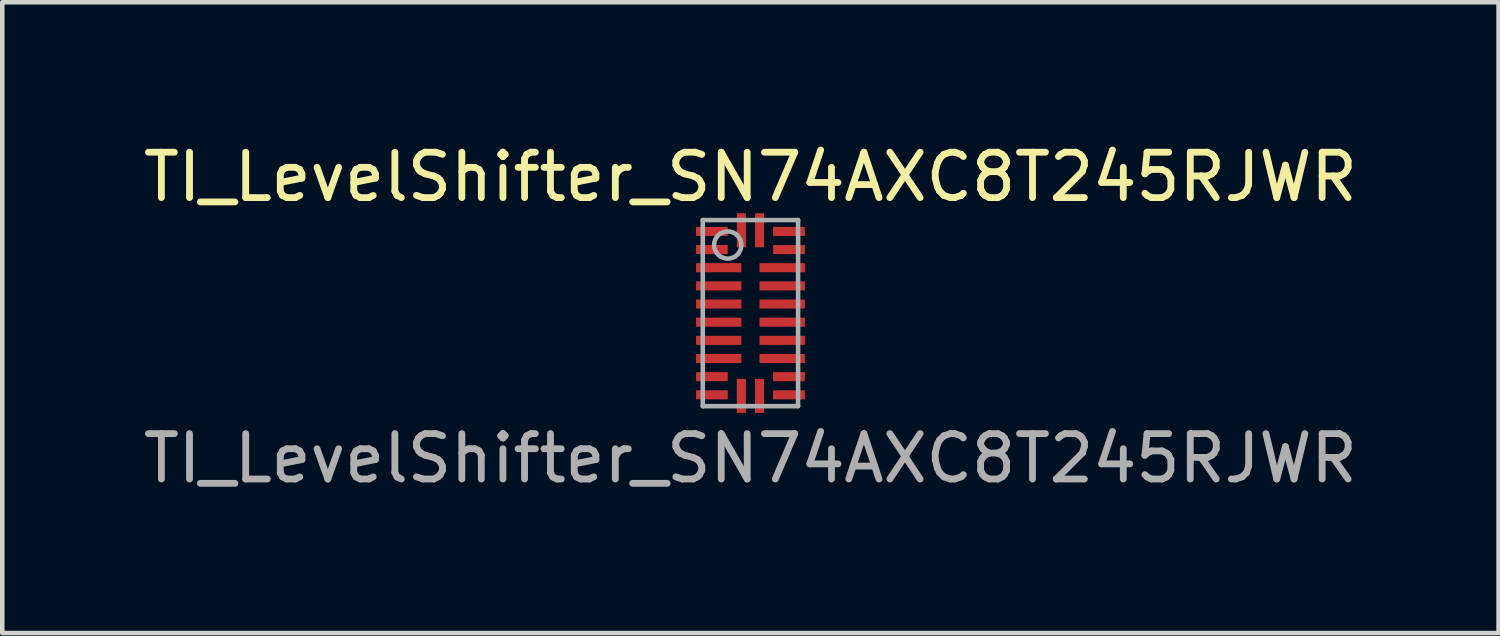
<source format=kicad_pcb>
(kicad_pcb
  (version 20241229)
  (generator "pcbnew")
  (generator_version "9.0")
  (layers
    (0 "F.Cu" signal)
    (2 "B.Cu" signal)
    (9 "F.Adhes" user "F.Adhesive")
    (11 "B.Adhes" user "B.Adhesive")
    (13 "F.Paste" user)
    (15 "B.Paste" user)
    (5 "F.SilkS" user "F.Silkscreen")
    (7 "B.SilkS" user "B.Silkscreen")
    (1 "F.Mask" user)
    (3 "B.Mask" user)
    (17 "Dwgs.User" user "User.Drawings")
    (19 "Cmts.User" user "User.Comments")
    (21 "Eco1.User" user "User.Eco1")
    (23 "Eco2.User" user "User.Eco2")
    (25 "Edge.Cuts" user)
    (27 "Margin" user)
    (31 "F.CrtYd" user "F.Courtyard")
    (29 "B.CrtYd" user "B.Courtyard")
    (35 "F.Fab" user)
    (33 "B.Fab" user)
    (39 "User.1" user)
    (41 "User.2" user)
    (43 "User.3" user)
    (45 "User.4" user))
  (footprint "TI_LevelShifter_SN74AXC8T245RJWR"
    (layer "F.Cu")
    (at 13.482 3.848)
    (property "Reference" "TI_LevelShifter_SN74AXC8T245RJWR" (at 0 -3 0) (unlocked yes) (layer "F.SilkS") (effects (font (size 1 1) (thickness 0.15))))
    (attr smd)
    (fp_poly (pts (xy -1.2 -0.95) (xy -1.2 -1.05) (xy -1.199 -1.06) (xy -1.196 -1.069) (xy -1.192 -1.078) (xy -1.185 -1.085) (xy -1.178 -1.092) (xy -1.169 -1.096) (xy -1.16 -1.099) (xy -1.15 -1.1) (xy -0.3 -1.1) (xy -0.29 -1.099) (xy -0.281 -1.096) (xy -0.272 -1.092) (xy -0.265 -1.085) (xy -0.258 -1.078) (xy -0.254 -1.069) (xy -0.251 -1.06) (xy -0.25 -1.05) (xy -0.25 -0.95) (xy -0.251 -0.94) (xy -0.254 -0.931) (xy -0.258 -0.922) (xy -0.265 -0.915) (xy -0.272 -0.908) (xy -0.281 -0.904) (xy -0.29 -0.901) (xy -0.3 -0.9) (xy -1.15 -0.9) (xy -1.16 -0.901) (xy -1.169 -0.904) (xy -1.178 -0.908) (xy -1.185 -0.915) (xy -1.192 -0.922) (xy -1.196 -0.931) (xy -1.199 -0.94)) (stroke (width 0) (type solid)) (fill yes) (layer "F.Paste"))
    (fp_poly (pts (xy -1.2 -0.55) (xy -1.2 -0.65) (xy -1.199 -0.66) (xy -1.196 -0.669) (xy -1.192 -0.678) (xy -1.185 -0.685) (xy -1.178 -0.692) (xy -1.169 -0.696) (xy -1.16 -0.699) (xy -1.15 -0.7) (xy -0.3 -0.7) (xy -0.29 -0.699) (xy -0.281 -0.696) (xy -0.272 -0.692) (xy -0.265 -0.685) (xy -0.258 -0.678) (xy -0.254 -0.669) (xy -0.251 -0.66) (xy -0.25 -0.65) (xy -0.25 -0.55) (xy -0.251 -0.54) (xy -0.254 -0.531) (xy -0.258 -0.522) (xy -0.265 -0.515) (xy -0.272 -0.508) (xy -0.281 -0.504) (xy -0.29 -0.501) (xy -0.3 -0.5) (xy -1.15 -0.5) (xy -1.16 -0.501) (xy -1.169 -0.504) (xy -1.178 -0.508) (xy -1.185 -0.515) (xy -1.192 -0.522) (xy -1.196 -0.531) (xy -1.199 -0.54)) (stroke (width 0) (type solid)) (fill yes) (layer "F.Paste"))
    (fp_poly (pts (xy -1.2 -0.15) (xy -1.2 -0.25) (xy -1.199 -0.26) (xy -1.196 -0.269) (xy -1.192 -0.278) (xy -1.185 -0.285) (xy -1.178 -0.292) (xy -1.169 -0.296) (xy -1.16 -0.299) (xy -1.15 -0.3) (xy -0.3 -0.3) (xy -0.29 -0.299) (xy -0.281 -0.296) (xy -0.272 -0.292) (xy -0.265 -0.285) (xy -0.258 -0.278) (xy -0.254 -0.269) (xy -0.251 -0.26) (xy -0.25 -0.25) (xy -0.25 -0.15) (xy -0.251 -0.14) (xy -0.254 -0.131) (xy -0.258 -0.122) (xy -0.265 -0.115) (xy -0.272 -0.108) (xy -0.281 -0.104) (xy -0.29 -0.101) (xy -0.3 -0.1) (xy -1.15 -0.1) (xy -1.16 -0.101) (xy -1.169 -0.104) (xy -1.178 -0.108) (xy -1.185 -0.115) (xy -1.192 -0.122) (xy -1.196 -0.131) (xy -1.199 -0.14)) (stroke (width 0) (type solid)) (fill yes) (layer "F.Paste"))
    (fp_poly (pts (xy -1.2 0.25) (xy -1.2 0.15) (xy -1.199 0.14) (xy -1.196 0.131) (xy -1.192 0.122) (xy -1.185 0.115) (xy -1.178 0.108) (xy -1.169 0.104) (xy -1.16 0.101) (xy -1.15 0.1) (xy -0.3 0.1) (xy -0.29 0.101) (xy -0.281 0.104) (xy -0.272 0.108) (xy -0.265 0.115) (xy -0.258 0.122) (xy -0.254 0.131) (xy -0.251 0.14) (xy -0.25 0.15) (xy -0.25 0.25) (xy -0.251 0.26) (xy -0.254 0.269) (xy -0.258 0.278) (xy -0.265 0.285) (xy -0.272 0.292) (xy -0.281 0.296) (xy -0.29 0.299) (xy -0.3 0.3) (xy -1.15 0.3) (xy -1.16 0.299) (xy -1.169 0.296) (xy -1.178 0.292) (xy -1.185 0.285) (xy -1.192 0.278) (xy -1.196 0.269) (xy -1.199 0.26)) (stroke (width 0) (type solid)) (fill yes) (layer "F.Paste"))
    (fp_poly (pts (xy -1.2 0.65) (xy -1.2 0.55) (xy -1.199 0.54) (xy -1.196 0.531) (xy -1.192 0.522) (xy -1.185 0.515) (xy -1.178 0.508) (xy -1.169 0.504) (xy -1.16 0.501) (xy -1.15 0.5) (xy -0.3 0.5) (xy -0.29 0.501) (xy -0.281 0.504) (xy -0.272 0.508) (xy -0.265 0.515) (xy -0.258 0.522) (xy -0.254 0.531) (xy -0.251 0.54) (xy -0.25 0.55) (xy -0.25 0.65) (xy -0.251 0.66) (xy -0.254 0.669) (xy -0.258 0.678) (xy -0.265 0.685) (xy -0.272 0.692) (xy -0.281 0.696) (xy -0.29 0.699) (xy -0.3 0.7) (xy -1.15 0.7) (xy -1.16 0.699) (xy -1.169 0.696) (xy -1.178 0.692) (xy -1.185 0.685) (xy -1.192 0.678) (xy -1.196 0.669) (xy -1.199 0.66)) (stroke (width 0) (type solid)) (fill yes) (layer "F.Paste"))
    (fp_poly (pts (xy -1.2 1.05) (xy -1.2 0.95) (xy -1.199 0.94) (xy -1.196 0.931) (xy -1.192 0.922) (xy -1.185 0.915) (xy -1.178 0.908) (xy -1.169 0.904) (xy -1.16 0.901) (xy -1.15 0.9) (xy -0.3 0.9) (xy -0.29 0.901) (xy -0.281 0.904) (xy -0.272 0.908) (xy -0.265 0.915) (xy -0.258 0.922) (xy -0.254 0.931) (xy -0.251 0.94) (xy -0.25 0.95) (xy -0.25 1.05) (xy -0.251 1.06) (xy -0.254 1.069) (xy -0.258 1.078) (xy -0.265 1.085) (xy -0.272 1.092) (xy -0.281 1.096) (xy -0.29 1.099) (xy -0.3 1.1) (xy -1.15 1.1) (xy -1.16 1.099) (xy -1.169 1.096) (xy -1.178 1.092) (xy -1.185 1.085) (xy -1.192 1.078) (xy -1.196 1.069) (xy -1.199 1.06)) (stroke (width 0) (type solid)) (fill yes) (layer "F.Paste"))
    (fp_poly (pts (xy -1.2 -1.75) (xy -1.2 -1.85) (xy -1.199 -1.86) (xy -1.196 -1.869) (xy -1.192 -1.878) (xy -1.185 -1.885) (xy -1.178 -1.892) (xy -1.169 -1.896) (xy -1.16 -1.899) (xy -1.15 -1.9) (xy -0.6 -1.9) (xy -0.59 -1.899) (xy -0.581 -1.896) (xy -0.572 -1.892) (xy -0.565 -1.885) (xy -0.558 -1.878) (xy -0.554 -1.869) (xy -0.551 -1.86) (xy -0.55 -1.85) (xy -0.55 -1.75) (xy -0.551 -1.74) (xy -0.554 -1.731) (xy -0.558 -1.722) (xy -0.565 -1.715) (xy -0.572 -1.708) (xy -0.581 -1.704) (xy -0.59 -1.701) (xy -0.6 -1.7) (xy -1.15 -1.7) (xy -1.16 -1.701) (xy -1.169 -1.704) (xy -1.178 -1.708) (xy -1.185 -1.715) (xy -1.192 -1.722) (xy -1.196 -1.731) (xy -1.199 -1.74)) (stroke (width 0) (type solid)) (fill yes) (layer "F.Paste"))
    (fp_poly (pts (xy -1.2 -1.35) (xy -1.2 -1.45) (xy -1.199 -1.46) (xy -1.196 -1.469) (xy -1.192 -1.478) (xy -1.185 -1.485) (xy -1.178 -1.492) (xy -1.169 -1.496) (xy -1.16 -1.499) (xy -1.15 -1.5) (xy -0.6 -1.5) (xy -0.59 -1.499) (xy -0.581 -1.496) (xy -0.572 -1.492) (xy -0.565 -1.485) (xy -0.558 -1.478) (xy -0.554 -1.469) (xy -0.551 -1.46) (xy -0.55 -1.45) (xy -0.55 -1.35) (xy -0.551 -1.34) (xy -0.554 -1.331) (xy -0.558 -1.322) (xy -0.565 -1.315) (xy -0.572 -1.308) (xy -0.581 -1.304) (xy -0.59 -1.301) (xy -0.6 -1.3) (xy -1.15 -1.3) (xy -1.16 -1.301) (xy -1.169 -1.304) (xy -1.178 -1.308) (xy -1.185 -1.315) (xy -1.192 -1.322) (xy -1.196 -1.331) (xy -1.199 -1.34)) (stroke (width 0) (type solid)) (fill yes) (layer "F.Paste"))
    (fp_poly (pts (xy -1.2 1.45) (xy -1.2 1.35) (xy -1.199 1.34) (xy -1.196 1.331) (xy -1.192 1.322) (xy -1.185 1.315) (xy -1.178 1.308) (xy -1.169 1.304) (xy -1.16 1.301) (xy -1.15 1.3) (xy -0.6 1.3) (xy -0.59 1.301) (xy -0.581 1.304) (xy -0.572 1.308) (xy -0.565 1.315) (xy -0.558 1.322) (xy -0.554 1.331) (xy -0.551 1.34) (xy -0.55 1.35) (xy -0.55 1.45) (xy -0.551 1.46) (xy -0.554 1.469) (xy -0.558 1.478) (xy -0.565 1.485) (xy -0.572 1.492) (xy -0.581 1.496) (xy -0.59 1.499) (xy -0.6 1.5) (xy -1.15 1.5) (xy -1.16 1.499) (xy -1.169 1.496) (xy -1.178 1.492) (xy -1.185 1.485) (xy -1.192 1.478) (xy -1.196 1.469) (xy -1.199 1.46)) (stroke (width 0) (type solid)) (fill yes) (layer "F.Paste"))
    (fp_poly (pts (xy -1.2 1.85) (xy -1.2 1.75) (xy -1.199 1.74) (xy -1.196 1.731) (xy -1.192 1.722) (xy -1.185 1.715) (xy -1.178 1.708) (xy -1.169 1.704) (xy -1.16 1.701) (xy -1.15 1.7) (xy -0.6 1.7) (xy -0.59 1.701) (xy -0.581 1.704) (xy -0.572 1.708) (xy -0.565 1.715) (xy -0.558 1.722) (xy -0.554 1.731) (xy -0.551 1.74) (xy -0.55 1.75) (xy -0.55 1.85) (xy -0.551 1.86) (xy -0.554 1.869) (xy -0.558 1.878) (xy -0.565 1.885) (xy -0.572 1.892) (xy -0.581 1.896) (xy -0.59 1.899) (xy -0.6 1.9) (xy -1.15 1.9) (xy -1.16 1.899) (xy -1.169 1.896) (xy -1.178 1.892) (xy -1.185 1.885) (xy -1.192 1.878) (xy -1.196 1.869) (xy -1.199 1.86)) (stroke (width 0) (type solid)) (fill yes) (layer "F.Paste"))
    (fp_poly (pts (xy -0.25 1.5) (xy -0.15 1.5) (xy -0.14 1.501) (xy -0.131 1.504) (xy -0.122 1.508) (xy -0.115 1.515) (xy -0.108 1.522) (xy -0.104 1.531) (xy -0.101 1.54) (xy -0.1 1.55) (xy -0.1 2.15) (xy -0.101 2.16) (xy -0.104 2.169) (xy -0.108 2.178) (xy -0.115 2.185) (xy -0.122 2.192) (xy -0.131 2.196) (xy -0.14 2.199) (xy -0.15 2.2) (xy -0.25 2.2) (xy -0.26 2.199) (xy -0.269 2.196) (xy -0.278 2.192) (xy -0.285 2.185) (xy -0.292 2.178) (xy -0.296 2.169) (xy -0.299 2.16) (xy -0.3 2.15) (xy -0.3 1.55) (xy -0.299 1.54) (xy -0.296 1.531) (xy -0.292 1.522) (xy -0.285 1.515) (xy -0.278 1.508) (xy -0.269 1.504) (xy -0.26 1.501)) (stroke (width 0) (type solid)) (fill yes) (layer "F.Paste"))
    (fp_poly (pts (xy -0.15 -1.5) (xy -0.25 -1.5) (xy -0.26 -1.501) (xy -0.269 -1.504) (xy -0.278 -1.508) (xy -0.285 -1.515) (xy -0.292 -1.522) (xy -0.296 -1.531) (xy -0.299 -1.54) (xy -0.3 -1.55) (xy -0.3 -2.15) (xy -0.299 -2.16) (xy -0.296 -2.169) (xy -0.292 -2.178) (xy -0.285 -2.185) (xy -0.278 -2.192) (xy -0.269 -2.196) (xy -0.26 -2.199) (xy -0.25 -2.2) (xy -0.15 -2.2) (xy -0.14 -2.199) (xy -0.131 -2.196) (xy -0.122 -2.192) (xy -0.115 -2.185) (xy -0.108 -2.178) (xy -0.104 -2.169) (xy -0.101 -2.16) (xy -0.1 -2.15) (xy -0.1 -1.55) (xy -0.101 -1.54) (xy -0.104 -1.531) (xy -0.108 -1.522) (xy -0.115 -1.515) (xy -0.122 -1.508) (xy -0.131 -1.504) (xy -0.14 -1.501)) (stroke (width 0) (type solid)) (fill yes) (layer "F.Paste"))
    (fp_poly (pts (xy 0.15 1.5) (xy 0.25 1.5) (xy 0.26 1.501) (xy 0.269 1.504) (xy 0.278 1.508) (xy 0.285 1.515) (xy 0.292 1.522) (xy 0.296 1.531) (xy 0.299 1.54) (xy 0.3 1.55) (xy 0.3 2.15) (xy 0.299 2.16) (xy 0.296 2.169) (xy 0.292 2.178) (xy 0.285 2.185) (xy 0.278 2.192) (xy 0.269 2.196) (xy 0.26 2.199) (xy 0.25 2.2) (xy 0.15 2.2) (xy 0.14 2.199) (xy 0.131 2.196) (xy 0.122 2.192) (xy 0.115 2.185) (xy 0.108 2.178) (xy 0.104 2.169) (xy 0.101 2.16) (xy 0.1 2.15) (xy 0.1 1.55) (xy 0.101 1.54) (xy 0.104 1.531) (xy 0.108 1.522) (xy 0.115 1.515) (xy 0.122 1.508) (xy 0.131 1.504) (xy 0.14 1.501)) (stroke (width 0) (type solid)) (fill yes) (layer "F.Paste"))
    (fp_poly (pts (xy 0.25 -1.5) (xy 0.15 -1.5) (xy 0.14 -1.501) (xy 0.131 -1.504) (xy 0.122 -1.508) (xy 0.115 -1.515) (xy 0.108 -1.522) (xy 0.104 -1.531) (xy 0.101 -1.54) (xy 0.1 -1.55) (xy 0.1 -2.15) (xy 0.101 -2.16) (xy 0.104 -2.169) (xy 0.108 -2.178) (xy 0.115 -2.185) (xy 0.122 -2.192) (xy 0.131 -2.196) (xy 0.14 -2.199) (xy 0.15 -2.2) (xy 0.25 -2.2) (xy 0.26 -2.199) (xy 0.269 -2.196) (xy 0.278 -2.192) (xy 0.285 -2.185) (xy 0.292 -2.178) (xy 0.296 -2.169) (xy 0.299 -2.16) (xy 0.3 -2.15) (xy 0.3 -1.55) (xy 0.299 -1.54) (xy 0.296 -1.531) (xy 0.292 -1.522) (xy 0.285 -1.515) (xy 0.278 -1.508) (xy 0.269 -1.504) (xy 0.26 -1.501)) (stroke (width 0) (type solid)) (fill yes) (layer "F.Paste"))
    (fp_poly (pts (xy 1.2 -1.85) (xy 1.2 -1.75) (xy 1.199 -1.74) (xy 1.196 -1.731) (xy 1.192 -1.722) (xy 1.185 -1.715) (xy 1.178 -1.708) (xy 1.169 -1.704) (xy 1.16 -1.701) (xy 1.15 -1.7) (xy 0.6 -1.7) (xy 0.59 -1.701) (xy 0.581 -1.704) (xy 0.572 -1.708) (xy 0.565 -1.715) (xy 0.558 -1.722) (xy 0.554 -1.731) (xy 0.551 -1.74) (xy 0.55 -1.75) (xy 0.55 -1.85) (xy 0.551 -1.86) (xy 0.554 -1.869) (xy 0.558 -1.878) (xy 0.565 -1.885) (xy 0.572 -1.892) (xy 0.581 -1.896) (xy 0.59 -1.899) (xy 0.6 -1.9) (xy 1.15 -1.9) (xy 1.16 -1.899) (xy 1.169 -1.896) (xy 1.178 -1.892) (xy 1.185 -1.885) (xy 1.192 -1.878) (xy 1.196 -1.869) (xy 1.199 -1.86)) (stroke (width 0) (type solid)) (fill yes) (layer "F.Paste"))
    (fp_poly (pts (xy 1.2 -1.45) (xy 1.2 -1.35) (xy 1.199 -1.34) (xy 1.196 -1.331) (xy 1.192 -1.322) (xy 1.185 -1.315) (xy 1.178 -1.308) (xy 1.169 -1.304) (xy 1.16 -1.301) (xy 1.15 -1.3) (xy 0.6 -1.3) (xy 0.59 -1.301) (xy 0.581 -1.304) (xy 0.572 -1.308) (xy 0.565 -1.315) (xy 0.558 -1.322) (xy 0.554 -1.331) (xy 0.551 -1.34) (xy 0.55 -1.35) (xy 0.55 -1.45) (xy 0.551 -1.46) (xy 0.554 -1.469) (xy 0.558 -1.478) (xy 0.565 -1.485) (xy 0.572 -1.492) (xy 0.581 -1.496) (xy 0.59 -1.499) (xy 0.6 -1.5) (xy 1.15 -1.5) (xy 1.16 -1.499) (xy 1.169 -1.496) (xy 1.178 -1.492) (xy 1.185 -1.485) (xy 1.192 -1.478) (xy 1.196 -1.469) (xy 1.199 -1.46)) (stroke (width 0) (type solid)) (fill yes) (layer "F.Paste"))
    (fp_poly (pts (xy 1.2 1.35) (xy 1.2 1.45) (xy 1.199 1.46) (xy 1.196 1.469) (xy 1.192 1.478) (xy 1.185 1.485) (xy 1.178 1.492) (xy 1.169 1.496) (xy 1.16 1.499) (xy 1.15 1.5) (xy 0.6 1.5) (xy 0.59 1.499) (xy 0.581 1.496) (xy 0.572 1.492) (xy 0.565 1.485) (xy 0.558 1.478) (xy 0.554 1.469) (xy 0.551 1.46) (xy 0.55 1.45) (xy 0.55 1.35) (xy 0.551 1.34) (xy 0.554 1.331) (xy 0.558 1.322) (xy 0.565 1.315) (xy 0.572 1.308) (xy 0.581 1.304) (xy 0.59 1.301) (xy 0.6 1.3) (xy 1.15 1.3) (xy 1.16 1.301) (xy 1.169 1.304) (xy 1.178 1.308) (xy 1.185 1.315) (xy 1.192 1.322) (xy 1.196 1.331) (xy 1.199 1.34)) (stroke (width 0) (type solid)) (fill yes) (layer "F.Paste"))
    (fp_poly (pts (xy 1.2 1.75) (xy 1.2 1.85) (xy 1.199 1.86) (xy 1.196 1.869) (xy 1.192 1.878) (xy 1.185 1.885) (xy 1.178 1.892) (xy 1.169 1.896) (xy 1.16 1.899) (xy 1.15 1.9) (xy 0.6 1.9) (xy 0.59 1.899) (xy 0.581 1.896) (xy 0.572 1.892) (xy 0.565 1.885) (xy 0.558 1.878) (xy 0.554 1.869) (xy 0.551 1.86) (xy 0.55 1.85) (xy 0.55 1.75) (xy 0.551 1.74) (xy 0.554 1.731) (xy 0.558 1.722) (xy 0.565 1.715) (xy 0.572 1.708) (xy 0.581 1.704) (xy 0.59 1.701) (xy 0.6 1.7) (xy 1.15 1.7) (xy 1.16 1.701) (xy 1.169 1.704) (xy 1.178 1.708) (xy 1.185 1.715) (xy 1.192 1.722) (xy 1.196 1.731) (xy 1.199 1.74)) (stroke (width 0) (type solid)) (fill yes) (layer "F.Paste"))
    (fp_poly (pts (xy 1.2 -1.05) (xy 1.2 -0.95) (xy 1.199 -0.94) (xy 1.196 -0.931) (xy 1.192 -0.922) (xy 1.185 -0.915) (xy 1.178 -0.908) (xy 1.169 -0.904) (xy 1.16 -0.901) (xy 1.15 -0.9) (xy 0.3 -0.9) (xy 0.29 -0.901) (xy 0.281 -0.904) (xy 0.272 -0.908) (xy 0.265 -0.915) (xy 0.258 -0.922) (xy 0.254 -0.931) (xy 0.251 -0.94) (xy 0.25 -0.95) (xy 0.25 -1.05) (xy 0.251 -1.06) (xy 0.254 -1.069) (xy 0.258 -1.078) (xy 0.265 -1.085) (xy 0.272 -1.092) (xy 0.281 -1.096) (xy 0.29 -1.099) (xy 0.3 -1.1) (xy 1.15 -1.1) (xy 1.16 -1.099) (xy 1.169 -1.096) (xy 1.178 -1.092) (xy 1.185 -1.085) (xy 1.192 -1.078) (xy 1.196 -1.069) (xy 1.199 -1.06)) (stroke (width 0) (type solid)) (fill yes) (layer "F.Paste"))
    (fp_poly (pts (xy 1.2 -0.65) (xy 1.2 -0.55) (xy 1.199 -0.54) (xy 1.196 -0.531) (xy 1.192 -0.522) (xy 1.185 -0.515) (xy 1.178 -0.508) (xy 1.169 -0.504) (xy 1.16 -0.501) (xy 1.15 -0.5) (xy 0.3 -0.5) (xy 0.29 -0.501) (xy 0.281 -0.504) (xy 0.272 -0.508) (xy 0.265 -0.515) (xy 0.258 -0.522) (xy 0.254 -0.531) (xy 0.251 -0.54) (xy 0.25 -0.55) (xy 0.25 -0.65) (xy 0.251 -0.66) (xy 0.254 -0.669) (xy 0.258 -0.678) (xy 0.265 -0.685) (xy 0.272 -0.692) (xy 0.281 -0.696) (xy 0.29 -0.699) (xy 0.3 -0.7) (xy 1.15 -0.7) (xy 1.16 -0.699) (xy 1.169 -0.696) (xy 1.178 -0.692) (xy 1.185 -0.685) (xy 1.192 -0.678) (xy 1.196 -0.669) (xy 1.199 -0.66)) (stroke (width 0) (type solid)) (fill yes) (layer "F.Paste"))
    (fp_poly (pts (xy 1.2 -0.25) (xy 1.2 -0.15) (xy 1.199 -0.14) (xy 1.196 -0.131) (xy 1.192 -0.122) (xy 1.185 -0.115) (xy 1.178 -0.108) (xy 1.169 -0.104) (xy 1.16 -0.101) (xy 1.15 -0.1) (xy 0.3 -0.1) (xy 0.29 -0.101) (xy 0.281 -0.104) (xy 0.272 -0.108) (xy 0.265 -0.115) (xy 0.258 -0.122) (xy 0.254 -0.131) (xy 0.251 -0.14) (xy 0.25 -0.15) (xy 0.25 -0.25) (xy 0.251 -0.26) (xy 0.254 -0.269) (xy 0.258 -0.278) (xy 0.265 -0.285) (xy 0.272 -0.292) (xy 0.281 -0.296) (xy 0.29 -0.299) (xy 0.3 -0.3) (xy 1.15 -0.3) (xy 1.16 -0.299) (xy 1.169 -0.296) (xy 1.178 -0.292) (xy 1.185 -0.285) (xy 1.192 -0.278) (xy 1.196 -0.269) (xy 1.199 -0.26)) (stroke (width 0) (type solid)) (fill yes) (layer "F.Paste"))
    (fp_poly (pts (xy 1.2 0.15) (xy 1.2 0.25) (xy 1.199 0.26) (xy 1.196 0.269) (xy 1.192 0.278) (xy 1.185 0.285) (xy 1.178 0.292) (xy 1.169 0.296) (xy 1.16 0.299) (xy 1.15 0.3) (xy 0.3 0.3) (xy 0.29 0.299) (xy 0.281 0.296) (xy 0.272 0.292) (xy 0.265 0.285) (xy 0.258 0.278) (xy 0.254 0.269) (xy 0.251 0.26) (xy 0.25 0.25) (xy 0.25 0.15) (xy 0.251 0.14) (xy 0.254 0.131) (xy 0.258 0.122) (xy 0.265 0.115) (xy 0.272 0.108) (xy 0.281 0.104) (xy 0.29 0.101) (xy 0.3 0.1) (xy 1.15 0.1) (xy 1.16 0.101) (xy 1.169 0.104) (xy 1.178 0.108) (xy 1.185 0.115) (xy 1.192 0.122) (xy 1.196 0.131) (xy 1.199 0.14)) (stroke (width 0) (type solid)) (fill yes) (layer "F.Paste"))
    (fp_poly (pts (xy 1.2 0.55) (xy 1.2 0.65) (xy 1.199 0.66) (xy 1.196 0.669) (xy 1.192 0.678) (xy 1.185 0.685) (xy 1.178 0.692) (xy 1.169 0.696) (xy 1.16 0.699) (xy 1.15 0.7) (xy 0.3 0.7) (xy 0.29 0.699) (xy 0.281 0.696) (xy 0.272 0.692) (xy 0.265 0.685) (xy 0.258 0.678) (xy 0.254 0.669) (xy 0.251 0.66) (xy 0.25 0.65) (xy 0.25 0.55) (xy 0.251 0.54) (xy 0.254 0.531) (xy 0.258 0.522) (xy 0.265 0.515) (xy 0.272 0.508) (xy 0.281 0.504) (xy 0.29 0.501) (xy 0.3 0.5) (xy 1.15 0.5) (xy 1.16 0.501) (xy 1.169 0.504) (xy 1.178 0.508) (xy 1.185 0.515) (xy 1.192 0.522) (xy 1.196 0.531) (xy 1.199 0.54)) (stroke (width 0) (type solid)) (fill yes) (layer "F.Paste"))
    (fp_poly (pts (xy 1.2 0.95) (xy 1.2 1.05) (xy 1.199 1.06) (xy 1.196 1.069) (xy 1.192 1.078) (xy 1.185 1.085) (xy 1.178 1.092) (xy 1.169 1.096) (xy 1.16 1.099) (xy 1.15 1.1) (xy 0.3 1.1) (xy 0.29 1.099) (xy 0.281 1.096) (xy 0.272 1.092) (xy 0.265 1.085) (xy 0.258 1.078) (xy 0.254 1.069) (xy 0.251 1.06) (xy 0.25 1.05) (xy 0.25 0.95) (xy 0.251 0.94) (xy 0.254 0.931) (xy 0.258 0.922) (xy 0.265 0.915) (xy 0.272 0.908) (xy 0.281 0.904) (xy 0.29 0.901) (xy 0.3 0.9) (xy 1.15 0.9) (xy 1.16 0.901) (xy 1.169 0.904) (xy 1.178 0.908) (xy 1.185 0.915) (xy 1.192 0.922) (xy 1.196 0.931) (xy 1.199 0.94)) (stroke (width 0) (type solid)) (fill yes) (layer "F.Paste"))
    (fp_line (start -1.05 -2.05) (end 1.05 -2.05) (stroke (width 0.1) (type solid)) (layer "F.Fab"))
    (fp_line (start -1.05 2.05) (end -1.05 -2.05) (stroke (width 0.1) (type solid)) (layer "F.Fab"))
    (fp_line (start -1.05 2.05) (end 1.05 2.05) (stroke (width 0.1) (type solid)) (layer "F.Fab"))
    (fp_line (start 1.05 2.05) (end 1.05 -2.05) (stroke (width 0.1) (type solid)) (layer "F.Fab"))
    (fp_circle (center -0.5 -1.5) (end -0.2 -1.5) (stroke (width 0.1) (type solid)) (fill no) (layer "F.Fab"))
    (fp_text user "${REFERENCE}" (at 0 3.2 0) (unlocked yes) (layer "F.Fab") (effects (font (size 1 1) (thickness 0.15))))
    (pad "1" smd rect (at -0.85 -1.8) (size 0.7 0.2) (layers "F.Cu" "F.Mask"))
    (pad "2" smd rect (at -0.85 -1.4) (size 0.7 0.2) (layers "F.Cu" "F.Mask"))
    (pad "3" smd rect (at -0.7 -1) (size 1 0.2) (layers "F.Cu" "F.Mask"))
    (pad "4" smd rect (at -0.7 -0.6) (size 1 0.2) (layers "F.Cu" "F.Mask"))
    (pad "5" smd rect (at -0.7 -0.2) (size 1 0.2) (layers "F.Cu" "F.Mask"))
    (pad "6" smd rect (at -0.7 0.2) (size 1 0.2) (layers "F.Cu" "F.Mask"))
    (pad "7" smd rect (at -0.7 0.6) (size 1 0.2) (layers "F.Cu" "F.Mask"))
    (pad "8" smd rect (at -0.7 1) (size 1 0.2) (layers "F.Cu" "F.Mask"))
    (pad "9" smd rect (at -0.85 1.4) (size 0.7 0.2) (layers "F.Cu" "F.Mask"))
    (pad "10" smd rect (at -0.85 1.8) (size 0.7 0.2) (layers "F.Cu" "F.Mask"))
    (pad "11" smd rect (at -0.2 1.825 90) (size 0.75 0.2) (layers "F.Cu" "F.Mask"))
    (pad "12" smd rect (at 0.2 1.825 90) (size 0.75 0.2) (layers "F.Cu" "F.Mask"))
    (pad "13" smd rect (at 0.85 1.8) (size 0.7 0.2) (layers "F.Cu" "F.Mask"))
    (pad "14" smd rect (at 0.85 1.4) (size 0.7 0.2) (layers "F.Cu" "F.Mask"))
    (pad "15" smd rect (at 0.7 1) (size 1 0.2) (layers "F.Cu" "F.Mask"))
    (pad "16" smd rect (at 0.7 0.6) (size 1 0.2) (layers "F.Cu" "F.Mask"))
    (pad "17" smd rect (at 0.7 0.2) (size 1 0.2) (layers "F.Cu" "F.Mask"))
    (pad "18" smd rect (at 0.7 -0.2) (size 1 0.2) (layers "F.Cu" "F.Mask"))
    (pad "19" smd rect (at 0.7 -0.6) (size 1 0.2) (layers "F.Cu" "F.Mask"))
    (pad "20" smd rect (at 0.7 -1) (size 1 0.2) (layers "F.Cu" "F.Mask"))
    (pad "21" smd rect (at 0.85 -1.4) (size 0.7 0.2) (layers "F.Cu" "F.Mask"))
    (pad "22" smd rect (at 0.85 -1.8) (size 0.7 0.2) (layers "F.Cu" "F.Mask"))
    (pad "23" smd rect (at 0.2 -1.825 90) (size 0.75 0.2) (layers "F.Cu" "F.Mask"))
    (pad "24" smd rect (at -0.2 -1.825 90) (size 0.75 0.2) (layers "F.Cu" "F.Mask")))
  (gr_rect
    (start -3 -3)
    (end 29.964 10.896)
    (stroke (width 0.1) (type default))
    (fill no)
    (layer "Edge.Cuts")))
</source>
